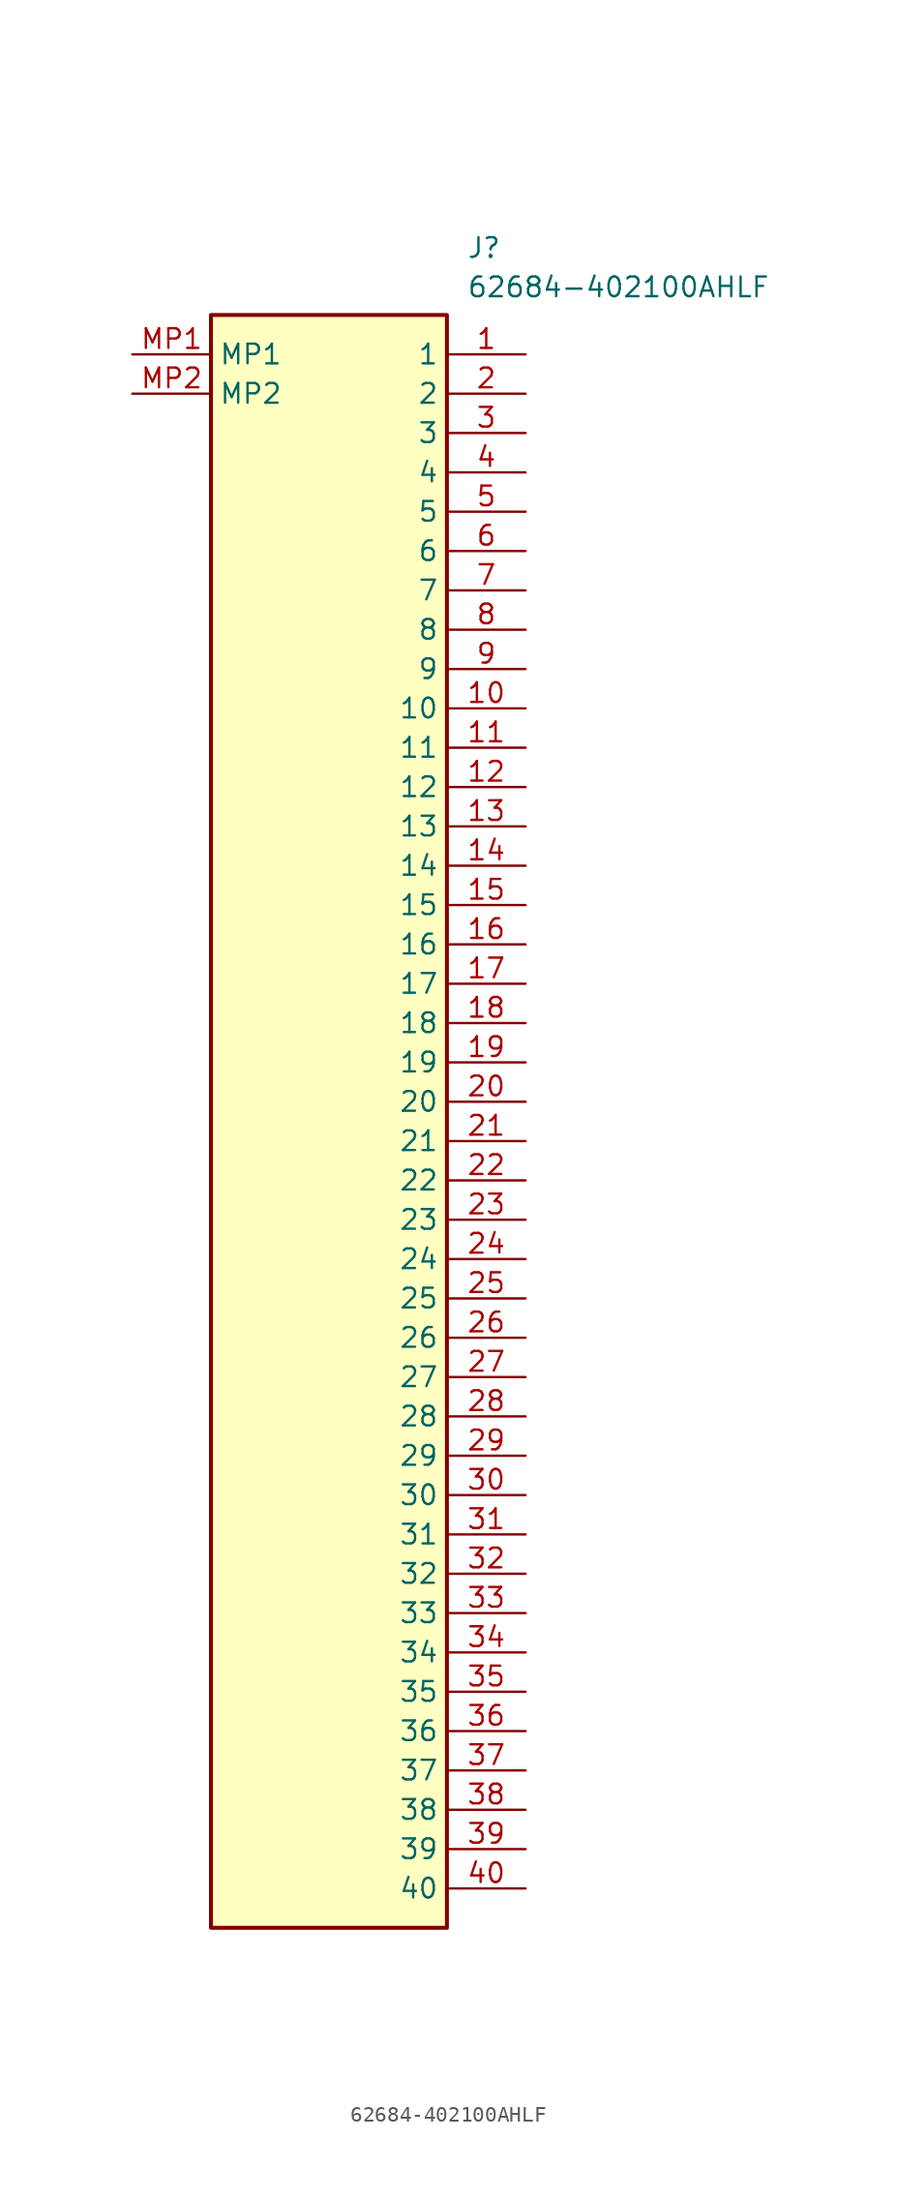
<source format=kicad_sym>
(kicad_symbol_lib
  (version 20231120)
  (generator "kicad_symbol_editor")
  (generator_version "8.0")
  (symbol "62684-402100AHLF"
    (property "Reference" "J"
      (at 21.59 7.62 0)
      (effects (font (size 1.27 1.27)) (justify left top)))
    (property "Value" "62684-402100AHLF"
      (at 21.59 5.08 0)
      (effects (font (size 1.27 1.27)) (justify left top)))
    (symbol "62684-402100AHLF_1_1"
      (rectangle (start 5.08 2.54) (end 20.32 -101.6) (stroke (width 0.254) (type default)) (fill (type background)))
      (pin passive line (at 25.4 0 180) (length 5.08) (name "1" (effects (font (size 1.27 1.27)))) (number "1" (effects (font (size 1.27 1.27)))))
      (pin passive line (at 25.4 -22.86 180) (length 5.08) (name "10" (effects (font (size 1.27 1.27)))) (number "10" (effects (font (size 1.27 1.27)))))
      (pin passive line (at 25.4 -25.4 180) (length 5.08) (name "11" (effects (font (size 1.27 1.27)))) (number "11" (effects (font (size 1.27 1.27)))))
      (pin passive line (at 25.4 -27.94 180) (length 5.08) (name "12" (effects (font (size 1.27 1.27)))) (number "12" (effects (font (size 1.27 1.27)))))
      (pin passive line (at 25.4 -30.48 180) (length 5.08) (name "13" (effects (font (size 1.27 1.27)))) (number "13" (effects (font (size 1.27 1.27)))))
      (pin passive line (at 25.4 -33.02 180) (length 5.08) (name "14" (effects (font (size 1.27 1.27)))) (number "14" (effects (font (size 1.27 1.27)))))
      (pin passive line (at 25.4 -35.56 180) (length 5.08) (name "15" (effects (font (size 1.27 1.27)))) (number "15" (effects (font (size 1.27 1.27)))))
      (pin passive line (at 25.4 -38.1 180) (length 5.08) (name "16" (effects (font (size 1.27 1.27)))) (number "16" (effects (font (size 1.27 1.27)))))
      (pin passive line (at 25.4 -40.64 180) (length 5.08) (name "17" (effects (font (size 1.27 1.27)))) (number "17" (effects (font (size 1.27 1.27)))))
      (pin passive line (at 25.4 -43.18 180) (length 5.08) (name "18" (effects (font (size 1.27 1.27)))) (number "18" (effects (font (size 1.27 1.27)))))
      (pin passive line (at 25.4 -45.72 180) (length 5.08) (name "19" (effects (font (size 1.27 1.27)))) (number "19" (effects (font (size 1.27 1.27)))))
      (pin passive line (at 25.4 -2.54 180) (length 5.08) (name "2" (effects (font (size 1.27 1.27)))) (number "2" (effects (font (size 1.27 1.27)))))
      (pin passive line (at 25.4 -48.26 180) (length 5.08) (name "20" (effects (font (size 1.27 1.27)))) (number "20" (effects (font (size 1.27 1.27)))))
      (pin passive line (at 25.4 -50.8 180) (length 5.08) (name "21" (effects (font (size 1.27 1.27)))) (number "21" (effects (font (size 1.27 1.27)))))
      (pin passive line (at 25.4 -53.34 180) (length 5.08) (name "22" (effects (font (size 1.27 1.27)))) (number "22" (effects (font (size 1.27 1.27)))))
      (pin passive line (at 25.4 -55.88 180) (length 5.08) (name "23" (effects (font (size 1.27 1.27)))) (number "23" (effects (font (size 1.27 1.27)))))
      (pin passive line (at 25.4 -58.42 180) (length 5.08) (name "24" (effects (font (size 1.27 1.27)))) (number "24" (effects (font (size 1.27 1.27)))))
      (pin passive line (at 25.4 -60.96 180) (length 5.08) (name "25" (effects (font (size 1.27 1.27)))) (number "25" (effects (font (size 1.27 1.27)))))
      (pin passive line (at 25.4 -63.5 180) (length 5.08) (name "26" (effects (font (size 1.27 1.27)))) (number "26" (effects (font (size 1.27 1.27)))))
      (pin passive line (at 25.4 -66.04 180) (length 5.08) (name "27" (effects (font (size 1.27 1.27)))) (number "27" (effects (font (size 1.27 1.27)))))
      (pin passive line (at 25.4 -68.58 180) (length 5.08) (name "28" (effects (font (size 1.27 1.27)))) (number "28" (effects (font (size 1.27 1.27)))))
      (pin passive line (at 25.4 -71.12 180) (length 5.08) (name "29" (effects (font (size 1.27 1.27)))) (number "29" (effects (font (size 1.27 1.27)))))
      (pin passive line (at 25.4 -5.08 180) (length 5.08) (name "3" (effects (font (size 1.27 1.27)))) (number "3" (effects (font (size 1.27 1.27)))))
      (pin passive line (at 25.4 -73.66 180) (length 5.08) (name "30" (effects (font (size 1.27 1.27)))) (number "30" (effects (font (size 1.27 1.27)))))
      (pin passive line (at 25.4 -76.2 180) (length 5.08) (name "31" (effects (font (size 1.27 1.27)))) (number "31" (effects (font (size 1.27 1.27)))))
      (pin passive line (at 25.4 -78.74 180) (length 5.08) (name "32" (effects (font (size 1.27 1.27)))) (number "32" (effects (font (size 1.27 1.27)))))
      (pin passive line (at 25.4 -81.28 180) (length 5.08) (name "33" (effects (font (size 1.27 1.27)))) (number "33" (effects (font (size 1.27 1.27)))))
      (pin passive line (at 25.4 -83.82 180) (length 5.08) (name "34" (effects (font (size 1.27 1.27)))) (number "34" (effects (font (size 1.27 1.27)))))
      (pin passive line (at 25.4 -86.36 180) (length 5.08) (name "35" (effects (font (size 1.27 1.27)))) (number "35" (effects (font (size 1.27 1.27)))))
      (pin passive line (at 25.4 -88.9 180) (length 5.08) (name "36" (effects (font (size 1.27 1.27)))) (number "36" (effects (font (size 1.27 1.27)))))
      (pin passive line (at 25.4 -91.44 180) (length 5.08) (name "37" (effects (font (size 1.27 1.27)))) (number "37" (effects (font (size 1.27 1.27)))))
      (pin passive line (at 25.4 -93.98 180) (length 5.08) (name "38" (effects (font (size 1.27 1.27)))) (number "38" (effects (font (size 1.27 1.27)))))
      (pin passive line (at 25.4 -96.52 180) (length 5.08) (name "39" (effects (font (size 1.27 1.27)))) (number "39" (effects (font (size 1.27 1.27)))))
      (pin passive line (at 25.4 -7.62 180) (length 5.08) (name "4" (effects (font (size 1.27 1.27)))) (number "4" (effects (font (size 1.27 1.27)))))
      (pin passive line (at 25.4 -99.06 180) (length 5.08) (name "40" (effects (font (size 1.27 1.27)))) (number "40" (effects (font (size 1.27 1.27)))))
      (pin passive line (at 25.4 -10.16 180) (length 5.08) (name "5" (effects (font (size 1.27 1.27)))) (number "5" (effects (font (size 1.27 1.27)))))
      (pin passive line (at 25.4 -12.7 180) (length 5.08) (name "6" (effects (font (size 1.27 1.27)))) (number "6" (effects (font (size 1.27 1.27)))))
      (pin passive line (at 25.4 -15.24 180) (length 5.08) (name "7" (effects (font (size 1.27 1.27)))) (number "7" (effects (font (size 1.27 1.27)))))
      (pin passive line (at 25.4 -17.78 180) (length 5.08) (name "8" (effects (font (size 1.27 1.27)))) (number "8" (effects (font (size 1.27 1.27)))))
      (pin passive line (at 25.4 -20.32 180) (length 5.08) (name "9" (effects (font (size 1.27 1.27)))) (number "9" (effects (font (size 1.27 1.27)))))
      (pin passive line (at 0 0 0) (length 5.08) (name "MP1" (effects (font (size 1.27 1.27)))) (number "MP1" (effects (font (size 1.27 1.27)))))
      (pin passive line (at 0 -2.54 0) (length 5.08) (name "MP2" (effects (font (size 1.27 1.27)))) (number "MP2" (effects (font (size 1.27 1.27))))))))
</source>
